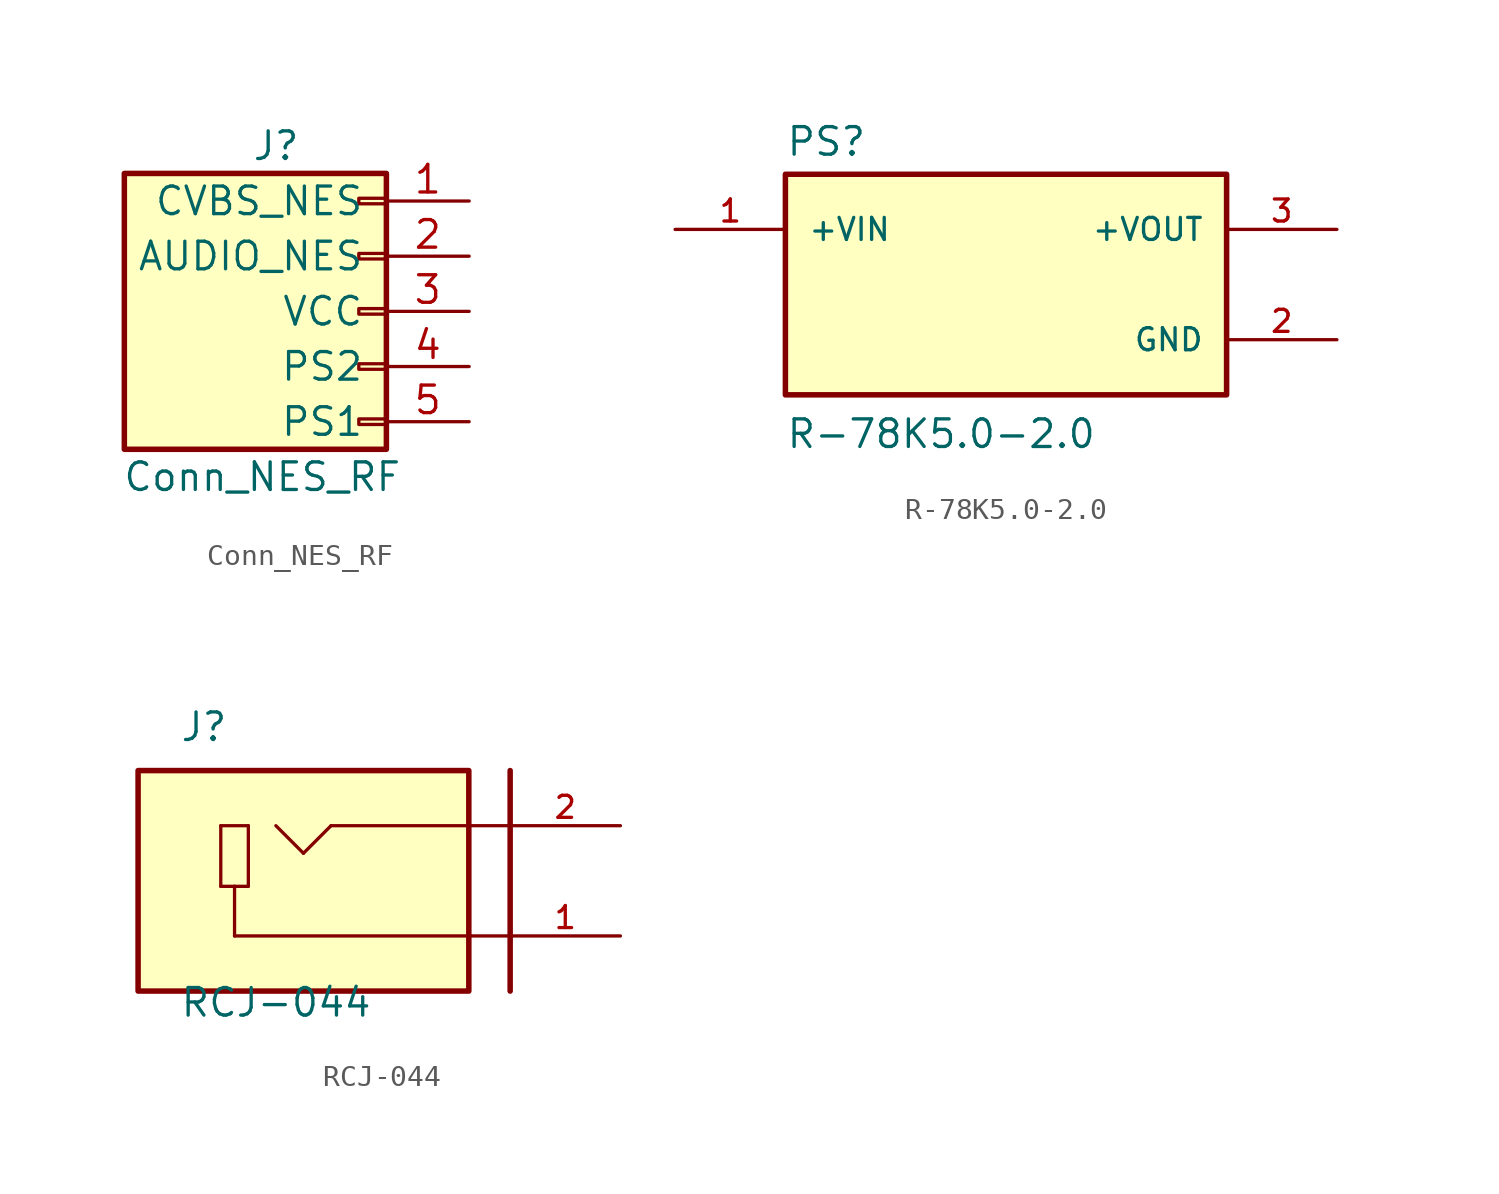
<source format=kicad_sym>
(kicad_symbol_lib
  (version 20231120)
  (generator "kicad_symbol_editor")
  (generator_version "8.0")
  (symbol "Conn_NES_RF"
    (pin_names
      (offset 1.016))
    (property "Reference" "J"
      (at 0 6.35 0)
      (effects (font (size 1.27 1.27))))
    (property "Value" "Conn_NES_RF"
      (at -0.635 -8.89 0)
      (effects (font (size 1.27 1.27))))
    (symbol "Conn_NES_RF_0_0"
      (pin passive line (at 8.89 3.81 180) (length 3.81) (name "CVBS_NES" (effects (font (size 1.27 1.27)))) (number "1" (effects (font (size 1.27 1.27))))))
    (symbol "Conn_NES_RF_1_1"
      (rectangle (start 5.08 -6.223) (end 3.81 -6.477) (stroke (width 0.152) (type solid)) (fill (type none)))
      (rectangle (start 5.08 -3.683) (end 3.81 -3.937) (stroke (width 0.152) (type solid)) (fill (type none)))
      (rectangle (start 5.08 -1.143) (end 3.81 -1.397) (stroke (width 0.152) (type solid)) (fill (type none)))
      (rectangle (start 5.08 1.397) (end 3.81 1.143) (stroke (width 0.152) (type solid)) (fill (type none)))
      (rectangle (start 5.08 3.937) (end 3.81 3.683) (stroke (width 0.152) (type solid)) (fill (type none)))
      (rectangle (start 5.08 5.08) (end -6.985 -7.62) (stroke (width 0.254) (type solid)) (fill (type background)))
      (pin passive line (at 8.89 1.27 180) (length 3.81) (name "AUDIO_NES" (effects (font (size 1.27 1.27)))) (number "2" (effects (font (size 1.27 1.27)))))
      (pin passive line (at 8.89 -1.27 180) (length 3.81) (name "VCC" (effects (font (size 1.27 1.27)))) (number "3" (effects (font (size 1.27 1.27)))))
      (pin passive line (at 8.89 -3.81 180) (length 3.81) (name "PS2" (effects (font (size 1.27 1.27)))) (number "4" (effects (font (size 1.27 1.27)))))
      (pin passive line (at 8.89 -6.35 180) (length 3.81) (name "PS1" (effects (font (size 1.27 1.27)))) (number "5" (effects (font (size 1.27 1.27)))))))
  (symbol "R-78K5.0-2.0"
    (pin_names
      (offset 1.016))
    (property "Reference" "PS"
      (at -10.16 5.842 0)
      (effects (font (size 1.27 1.27)) (justify left bottom)))
    (property "Value" "R-78K5.0-2.0"
      (at -10.16 -7.62 0)
      (effects (font (size 1.27 1.27)) (justify left bottom)))
    (symbol "R-78K5.0-2.0_0_0"
      (rectangle (start -10.16 -5.08) (end 10.16 5.08) (stroke (width 0.254) (type default)) (fill (type background)))
      (pin input line (at -15.24 2.54 0) (length 5.08) (name "+VIN" (effects (font (size 1.016 1.016)))) (number "1" (effects (font (size 1.016 1.016)))))
      (pin power_in line (at 15.24 -2.54 180) (length 5.08) (name "GND" (effects (font (size 1.016 1.016)))) (number "2" (effects (font (size 1.016 1.016)))))
      (pin output line (at 15.24 2.54 180) (length 5.08) (name "+VOUT" (effects (font (size 1.016 1.016)))) (number "3" (effects (font (size 1.016 1.016)))))))
  (symbol "RCJ-044"
    (pin_names
      (offset 1.016) hide)
    (property "Reference" "J"
      (at -7.62 6.35 0)
      (effects (font (size 1.27 1.27)) (justify left bottom)))
    (property "Value" "RCJ-044"
      (at -7.62 -6.35 0)
      (effects (font (size 1.27 1.27)) (justify left bottom)))
    (property "ki_locked" ""
      (at 0 0 0)
      (effects (font (size 1.27 1.27))))
    (symbol "RCJ-044_0_0"
      (rectangle (start -9.525 -5.08) (end 5.715 5.08) (stroke (width 0.254) (type solid)) (fill (type background)))
      (polyline (pts (xy -5.715 -0.254) (xy -5.08 -0.254)) (stroke (width 0.152) (type solid)) (fill (type none)))
      (polyline (pts (xy -5.715 2.54) (xy -5.715 -0.254)) (stroke (width 0.152) (type solid)) (fill (type none)))
      (polyline (pts (xy -5.08 -2.54) (xy -5.08 -0.254)) (stroke (width 0.152) (type solid)) (fill (type none)))
      (polyline (pts (xy -5.08 -2.54) (xy 7.62 -2.54)) (stroke (width 0.152) (type solid)) (fill (type none)))
      (polyline (pts (xy -5.08 -0.254) (xy -4.445 -0.254)) (stroke (width 0.152) (type solid)) (fill (type none)))
      (polyline (pts (xy -4.445 -0.254) (xy -4.445 2.54)) (stroke (width 0.152) (type solid)) (fill (type none)))
      (polyline (pts (xy -4.445 2.54) (xy -5.715 2.54)) (stroke (width 0.152) (type solid)) (fill (type none)))
      (polyline (pts (xy -1.905 1.27) (xy -3.175 2.54)) (stroke (width 0.152) (type solid)) (fill (type none)))
      (polyline (pts (xy -0.635 2.54) (xy -1.905 1.27)) (stroke (width 0.152) (type solid)) (fill (type none)))
      (polyline (pts (xy -0.635 2.54) (xy 7.62 2.54)) (stroke (width 0.152) (type solid)) (fill (type none)))
      (polyline (pts (xy 7.62 -5.08) (xy 7.62 5.08)) (stroke (width 0.254) (type solid)) (fill (type none)))
      (pin passive line (at 12.7 -2.54 180) (length 5.08) (name "~" (effects (font (size 1.016 1.016)))) (number "1" (effects (font (size 1.016 1.016)))))
      (pin passive line (at 12.7 2.54 180) (length 5.08) (name "~" (effects (font (size 1.016 1.016)))) (number "2" (effects (font (size 1.016 1.016))))))))
</source>
